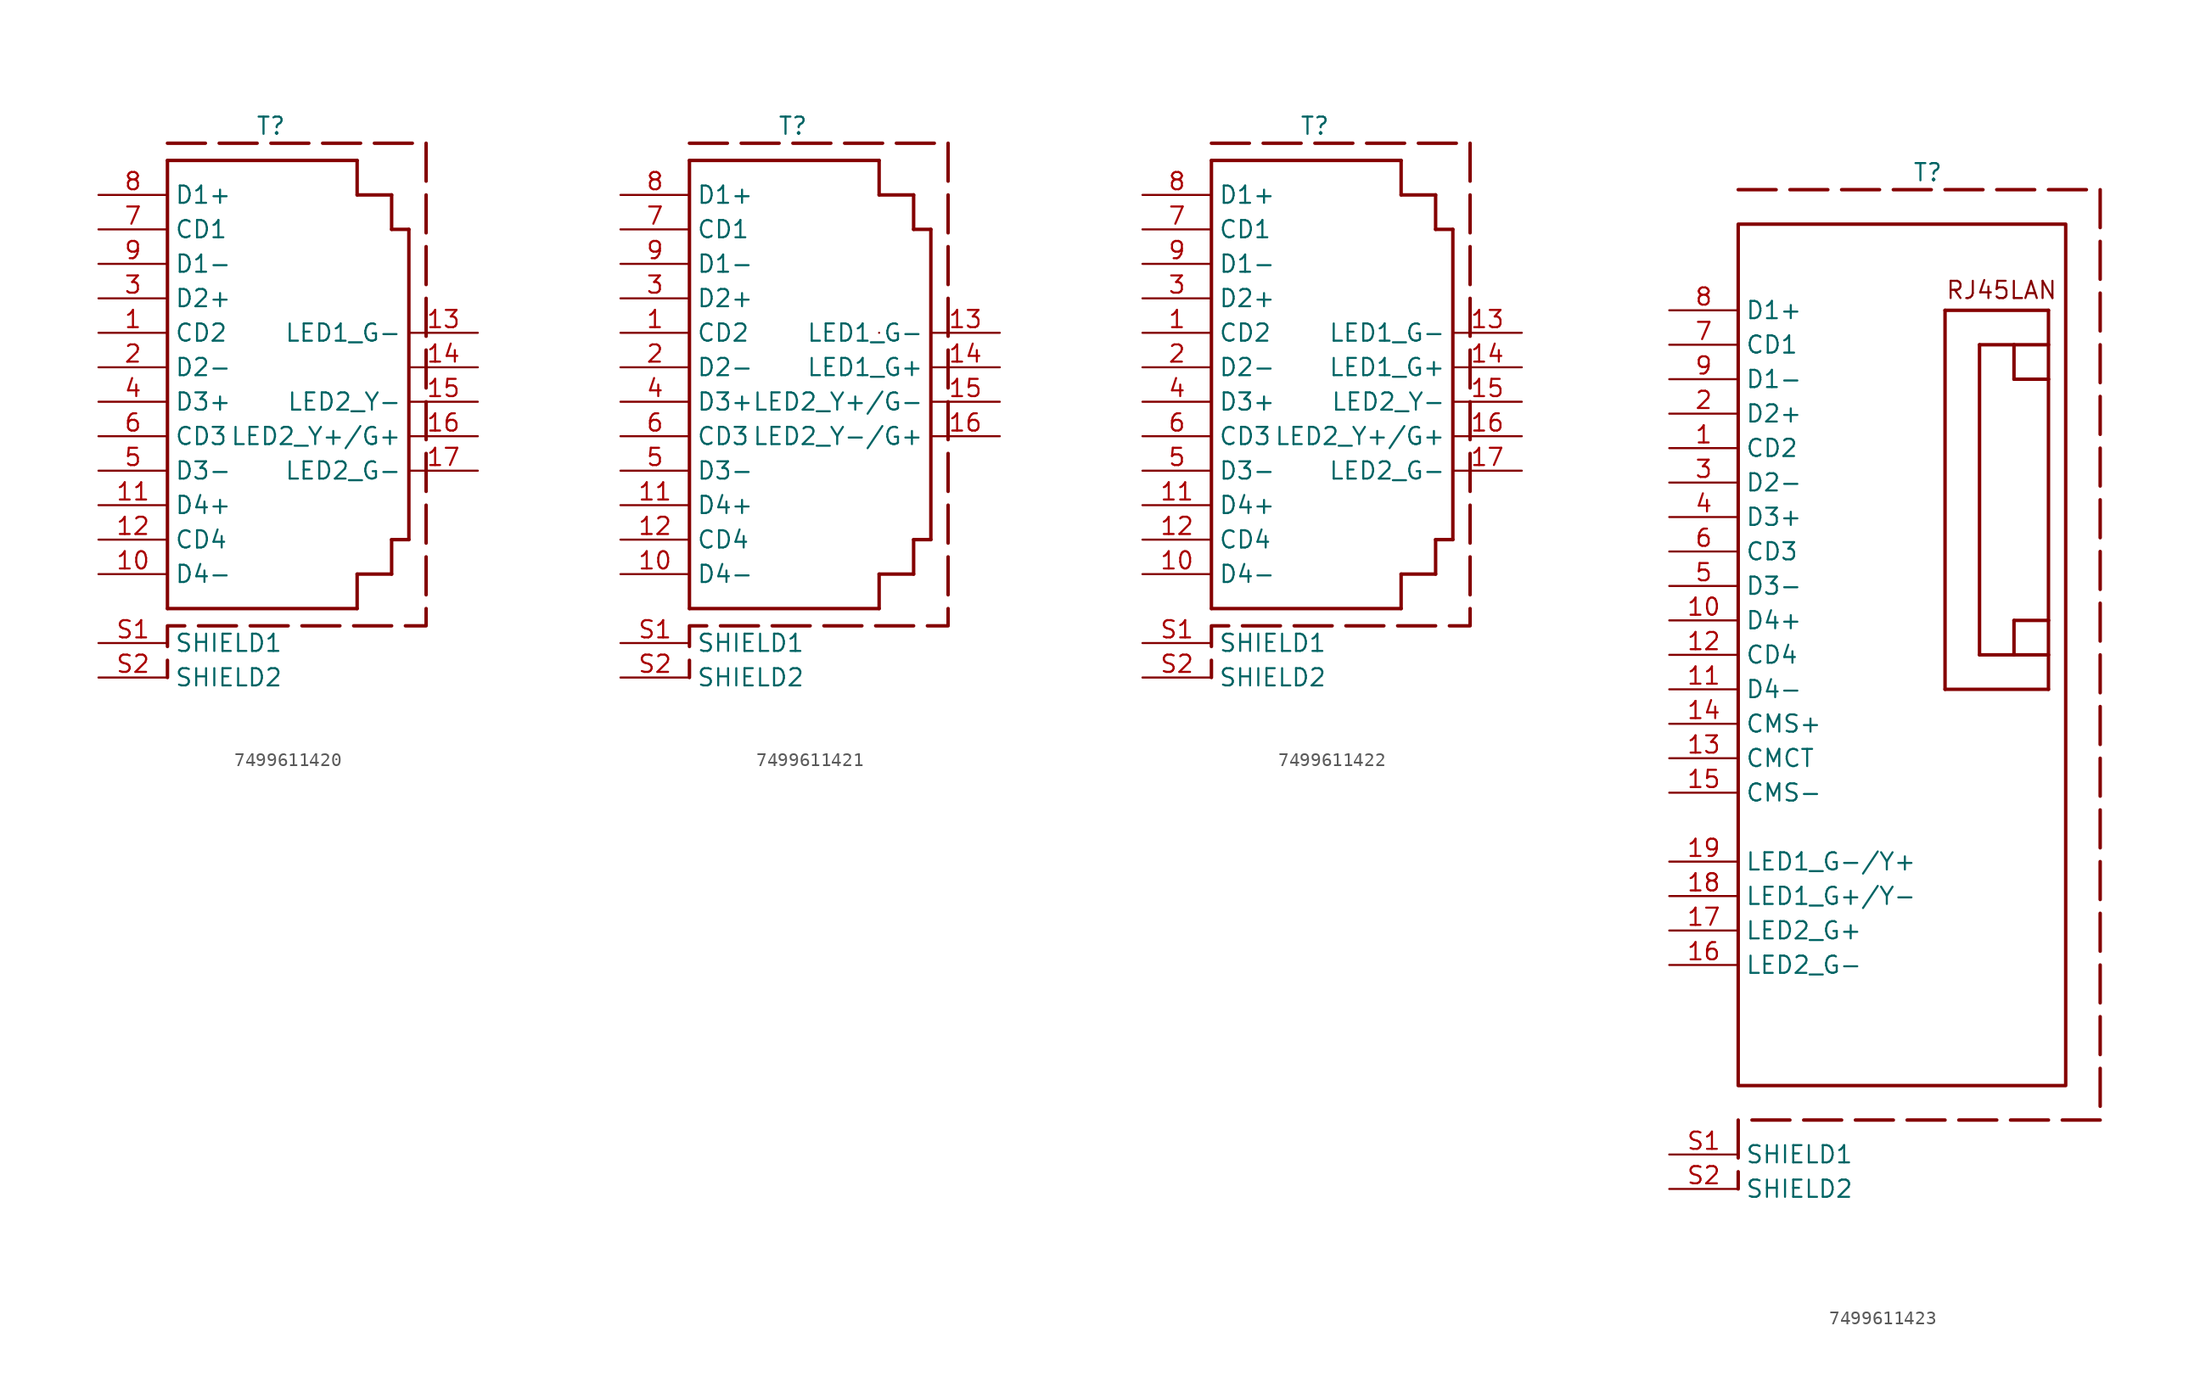
<source format=kicad_sym>
(kicad_symbol_lib
  (version 20220914)
  (generator kicad_symbol_editor)
  (symbol "7499611420"
    (property "Reference" "T"
      (at 0 20.32 0)
      (effects (font (size 1.27 1.27))))
    (property "Critical Parameter" ""
      (at 0 -5.08 0)
      (effects (font (size 1.27 1.27)) (justify left)))
    (symbol "7499611420_0_0"
      (polyline (pts (xy -7.62 -15.24) (xy -7.62 17.78)) (stroke (width 0.254) (type default)) (fill (type none)))
      (polyline (pts (xy -7.62 17.78) (xy 6.35 17.78)) (stroke (width 0.254) (type default)) (fill (type none)))
      (polyline (pts (xy 6.35 -15.24) (xy -7.62 -15.24)) (stroke (width 0.254) (type default)) (fill (type none)))
      (polyline (pts (xy 6.35 -15.24) (xy 6.35 -12.7)) (stroke (width 0.254) (type default)) (fill (type none)))
      (polyline (pts (xy 6.35 -12.7) (xy 8.89 -12.7)) (stroke (width 0.254) (type default)) (fill (type none)))
      (polyline (pts (xy 6.35 15.24) (xy 8.89 15.24)) (stroke (width 0.254) (type default)) (fill (type none)))
      (polyline (pts (xy 6.35 17.78) (xy 6.35 15.24)) (stroke (width 0.254) (type default)) (fill (type none)))
      (polyline (pts (xy 8.89 -12.7) (xy 8.89 -10.16)) (stroke (width 0.254) (type default)) (fill (type none)))
      (polyline (pts (xy 8.89 -10.16) (xy 10.16 -10.16)) (stroke (width 0.254) (type default)) (fill (type none)))
      (polyline (pts (xy 8.89 12.7) (xy 10.16 12.7)) (stroke (width 0.254) (type default)) (fill (type none)))
      (polyline (pts (xy 8.89 15.24) (xy 8.89 12.7)) (stroke (width 0.254) (type default)) (fill (type none)))
      (polyline (pts (xy 10.16 12.7) (xy 10.16 -10.16)) (stroke (width 0.254) (type default)) (fill (type none)))
      (pin bidirectional line (at -12.7 5.08 0) (length 5.08) (name "CD2" (effects (font (size 1.27 1.27)))) (number "1" (effects (font (size 1.27 1.27)))))
      (pin bidirectional line (at -12.7 -12.7 0) (length 5.08) (name "D4-" (effects (font (size 1.27 1.27)))) (number "10" (effects (font (size 1.27 1.27)))))
      (pin bidirectional line (at -12.7 -7.62 0) (length 5.08) (name "D4+" (effects (font (size 1.27 1.27)))) (number "11" (effects (font (size 1.27 1.27)))))
      (pin bidirectional line (at -12.7 -10.16 0) (length 5.08) (name "CD4" (effects (font (size 1.27 1.27)))) (number "12" (effects (font (size 1.27 1.27)))))
      (pin bidirectional line (at 15.24 2.54 180) (length 5.08) (name "~" (effects (font (size 1.27 1.27)))) (number "14" (effects (font (size 1.27 1.27)))))
      (pin bidirectional line (at -12.7 2.54 0) (length 5.08) (name "D2-" (effects (font (size 1.27 1.27)))) (number "2" (effects (font (size 1.27 1.27)))))
      (pin bidirectional line (at -12.7 7.62 0) (length 5.08) (name "D2+" (effects (font (size 1.27 1.27)))) (number "3" (effects (font (size 1.27 1.27)))))
      (pin bidirectional line (at -12.7 0 0) (length 5.08) (name "D3+" (effects (font (size 1.27 1.27)))) (number "4" (effects (font (size 1.27 1.27)))))
      (pin bidirectional line (at -12.7 -5.08 0) (length 5.08) (name "D3-" (effects (font (size 1.27 1.27)))) (number "5" (effects (font (size 1.27 1.27)))))
      (pin bidirectional line (at -12.7 -2.54 0) (length 5.08) (name "CD3" (effects (font (size 1.27 1.27)))) (number "6" (effects (font (size 1.27 1.27)))))
      (pin bidirectional line (at -12.7 12.7 0) (length 5.08) (name "CD1" (effects (font (size 1.27 1.27)))) (number "7" (effects (font (size 1.27 1.27)))))
      (pin bidirectional line (at -12.7 15.24 0) (length 5.08) (name "D1+" (effects (font (size 1.27 1.27)))) (number "8" (effects (font (size 1.27 1.27)))))
      (pin bidirectional line (at -12.7 10.16 0) (length 5.08) (name "D1-" (effects (font (size 1.27 1.27)))) (number "9" (effects (font (size 1.27 1.27)))))
      (pin power_in line (at -12.7 -17.78 0) (length 5.08) (name "SHIELD1" (effects (font (size 1.27 1.27)))) (number "S1" (effects (font (size 1.27 1.27)))))
      (pin power_in line (at -12.7 -20.32 0) (length 5.08) (name "SHIELD2" (effects (font (size 1.27 1.27)))) (number "S2" (effects (font (size 1.27 1.27))))))
    (symbol "7499611420_1_0"
      (pin bidirectional line (at 15.24 5.08 180) (length 5.08) (name "LED1_G-" (effects (font (size 1.27 1.27)))) (number "13" (effects (font (size 1.27 1.27)))))
      (pin bidirectional line (at 15.24 0 180) (length 5.08) (name "LED2_Y-" (effects (font (size 1.27 1.27)))) (number "15" (effects (font (size 1.27 1.27)))))
      (pin bidirectional line (at 15.24 -2.54 180) (length 5.08) (name "LED2_Y+/G+" (effects (font (size 1.27 1.27)))) (number "16" (effects (font (size 1.27 1.27)))))
      (pin bidirectional line (at 15.24 -5.08 180) (length 5.08) (name "LED2_G-" (effects (font (size 1.27 1.27)))) (number "17" (effects (font (size 1.27 1.27))))))
    (symbol "7499611420_1_1"
      (polyline (pts (xy -7.62 19.05) (xy 11.43 19.05) (xy 11.43 -16.51) (xy -7.62 -16.51) (xy -7.62 -20.32)) (stroke (width 0.254) (type dash)) (fill (type none)))))
  (symbol "7499611421"
    (property "Reference" "T"
      (at 0 20.32 0)
      (effects (font (size 1.27 1.27))))
    (property "Critical Parameter" ""
      (at 0 -5.08 0)
      (effects (font (size 1.27 1.27)) (justify left)))
    (symbol "7499611421_0_0"
      (polyline (pts (xy -7.62 -15.24) (xy -7.62 17.78)) (stroke (width 0.254) (type default)) (fill (type none)))
      (polyline (pts (xy -7.62 17.78) (xy 6.35 17.78)) (stroke (width 0.254) (type default)) (fill (type none)))
      (polyline (pts (xy 6.35 -15.24) (xy -7.62 -15.24)) (stroke (width 0.254) (type default)) (fill (type none)))
      (polyline (pts (xy 6.35 -15.24) (xy 6.35 -12.7)) (stroke (width 0.254) (type default)) (fill (type none)))
      (polyline (pts (xy 6.35 -12.7) (xy 8.89 -12.7)) (stroke (width 0.254) (type default)) (fill (type none)))
      (polyline (pts (xy 6.35 15.24) (xy 8.89 15.24)) (stroke (width 0.254) (type default)) (fill (type none)))
      (polyline (pts (xy 6.35 17.78) (xy 6.35 15.24)) (stroke (width 0.254) (type default)) (fill (type none)))
      (polyline (pts (xy 8.89 -12.7) (xy 8.89 -10.16)) (stroke (width 0.254) (type default)) (fill (type none)))
      (polyline (pts (xy 8.89 -10.16) (xy 10.16 -10.16)) (stroke (width 0.254) (type default)) (fill (type none)))
      (polyline (pts (xy 8.89 12.7) (xy 10.16 12.7)) (stroke (width 0.254) (type default)) (fill (type none)))
      (polyline (pts (xy 8.89 15.24) (xy 8.89 12.7)) (stroke (width 0.254) (type default)) (fill (type none)))
      (polyline (pts (xy 10.16 12.7) (xy 10.16 -10.16)) (stroke (width 0.254) (type default)) (fill (type none)))
      (pin bidirectional line (at -12.7 5.08 0) (length 5.08) (name "CD2" (effects (font (size 1.27 1.27)))) (number "1" (effects (font (size 1.27 1.27)))))
      (pin bidirectional line (at -12.7 -12.7 0) (length 5.08) (name "D4-" (effects (font (size 1.27 1.27)))) (number "10" (effects (font (size 1.27 1.27)))))
      (pin bidirectional line (at -12.7 -7.62 0) (length 5.08) (name "D4+" (effects (font (size 1.27 1.27)))) (number "11" (effects (font (size 1.27 1.27)))))
      (pin bidirectional line (at -12.7 -10.16 0) (length 5.08) (name "CD4" (effects (font (size 1.27 1.27)))) (number "12" (effects (font (size 1.27 1.27)))))
      (pin bidirectional line (at -12.7 2.54 0) (length 5.08) (name "D2-" (effects (font (size 1.27 1.27)))) (number "2" (effects (font (size 1.27 1.27)))))
      (pin bidirectional line (at -12.7 7.62 0) (length 5.08) (name "D2+" (effects (font (size 1.27 1.27)))) (number "3" (effects (font (size 1.27 1.27)))))
      (pin bidirectional line (at -12.7 0 0) (length 5.08) (name "D3+" (effects (font (size 1.27 1.27)))) (number "4" (effects (font (size 1.27 1.27)))))
      (pin bidirectional line (at -12.7 -5.08 0) (length 5.08) (name "D3-" (effects (font (size 1.27 1.27)))) (number "5" (effects (font (size 1.27 1.27)))))
      (pin bidirectional line (at -12.7 -2.54 0) (length 5.08) (name "CD3" (effects (font (size 1.27 1.27)))) (number "6" (effects (font (size 1.27 1.27)))))
      (pin bidirectional line (at -12.7 12.7 0) (length 5.08) (name "CD1" (effects (font (size 1.27 1.27)))) (number "7" (effects (font (size 1.27 1.27)))))
      (pin bidirectional line (at -12.7 15.24 0) (length 5.08) (name "D1+" (effects (font (size 1.27 1.27)))) (number "8" (effects (font (size 1.27 1.27)))))
      (pin bidirectional line (at -12.7 10.16 0) (length 5.08) (name "D1-" (effects (font (size 1.27 1.27)))) (number "9" (effects (font (size 1.27 1.27)))))
      (pin power_in line (at -12.7 -17.78 0) (length 5.08) (name "SHIELD1" (effects (font (size 1.27 1.27)))) (number "S1" (effects (font (size 1.27 1.27)))))
      (pin power_in line (at -12.7 -20.32 0) (length 5.08) (name "SHIELD2" (effects (font (size 1.27 1.27)))) (number "S2" (effects (font (size 1.27 1.27))))))
    (symbol "7499611421_1_0"
      (pin bidirectional line (at 15.24 5.08 180) (length 5.08) (name "LED1_G-" (effects (font (size 1.27 1.27)))) (number "13" (effects (font (size 1.27 1.27)))))
      (pin bidirectional line (at 15.24 2.54 180) (length 5.08) (name "LED1_G+" (effects (font (size 1.27 1.27)))) (number "14" (effects (font (size 1.27 1.27)))))
      (pin bidirectional line (at 15.24 0 180) (length 5.08) (name "LED2_Y+/G-" (effects (font (size 1.27 1.27)))) (number "15" (effects (font (size 1.27 1.27)))))
      (pin bidirectional line (at 15.24 -2.54 180) (length 5.08) (name "LED2_Y-/G+" (effects (font (size 1.27 1.27)))) (number "16" (effects (font (size 1.27 1.27))))))
    (symbol "7499611421_1_1"
      (polyline (pts (xy 6.35 5.08) (xy 6.35 5.08)) (stroke (width 0) (type default)) (fill (type none)))
      (polyline (pts (xy -7.62 19.05) (xy 11.43 19.05) (xy 11.43 -16.51) (xy -7.62 -16.51) (xy -7.62 -20.32)) (stroke (width 0.254) (type dash)) (fill (type none)))))
  (symbol "7499611422"
    (property "Reference" "T"
      (at 0 20.32 0)
      (effects (font (size 1.27 1.27))))
    (property "Critical Parameter" ""
      (at 0 -5.08 0)
      (effects (font (size 1.27 1.27)) (justify left)))
    (symbol "7499611422_0_0"
      (polyline (pts (xy -7.62 -15.24) (xy -7.62 17.78)) (stroke (width 0.254) (type default)) (fill (type none)))
      (polyline (pts (xy -7.62 17.78) (xy 6.35 17.78)) (stroke (width 0.254) (type default)) (fill (type none)))
      (polyline (pts (xy 6.35 -15.24) (xy -7.62 -15.24)) (stroke (width 0.254) (type default)) (fill (type none)))
      (polyline (pts (xy 6.35 -15.24) (xy 6.35 -12.7)) (stroke (width 0.254) (type default)) (fill (type none)))
      (polyline (pts (xy 6.35 -12.7) (xy 8.89 -12.7)) (stroke (width 0.254) (type default)) (fill (type none)))
      (polyline (pts (xy 6.35 15.24) (xy 8.89 15.24)) (stroke (width 0.254) (type default)) (fill (type none)))
      (polyline (pts (xy 6.35 17.78) (xy 6.35 15.24)) (stroke (width 0.254) (type default)) (fill (type none)))
      (polyline (pts (xy 8.89 -12.7) (xy 8.89 -10.16)) (stroke (width 0.254) (type default)) (fill (type none)))
      (polyline (pts (xy 8.89 -10.16) (xy 10.16 -10.16)) (stroke (width 0.254) (type default)) (fill (type none)))
      (polyline (pts (xy 8.89 12.7) (xy 10.16 12.7)) (stroke (width 0.254) (type default)) (fill (type none)))
      (polyline (pts (xy 8.89 15.24) (xy 8.89 12.7)) (stroke (width 0.254) (type default)) (fill (type none)))
      (polyline (pts (xy 10.16 12.7) (xy 10.16 -10.16)) (stroke (width 0.254) (type default)) (fill (type none)))
      (pin bidirectional line (at -12.7 5.08 0) (length 5.08) (name "CD2" (effects (font (size 1.27 1.27)))) (number "1" (effects (font (size 1.27 1.27)))))
      (pin bidirectional line (at -12.7 -12.7 0) (length 5.08) (name "D4-" (effects (font (size 1.27 1.27)))) (number "10" (effects (font (size 1.27 1.27)))))
      (pin bidirectional line (at -12.7 -7.62 0) (length 5.08) (name "D4+" (effects (font (size 1.27 1.27)))) (number "11" (effects (font (size 1.27 1.27)))))
      (pin bidirectional line (at -12.7 -10.16 0) (length 5.08) (name "CD4" (effects (font (size 1.27 1.27)))) (number "12" (effects (font (size 1.27 1.27)))))
      (pin bidirectional line (at -12.7 2.54 0) (length 5.08) (name "D2-" (effects (font (size 1.27 1.27)))) (number "2" (effects (font (size 1.27 1.27)))))
      (pin bidirectional line (at -12.7 7.62 0) (length 5.08) (name "D2+" (effects (font (size 1.27 1.27)))) (number "3" (effects (font (size 1.27 1.27)))))
      (pin bidirectional line (at -12.7 0 0) (length 5.08) (name "D3+" (effects (font (size 1.27 1.27)))) (number "4" (effects (font (size 1.27 1.27)))))
      (pin bidirectional line (at -12.7 -5.08 0) (length 5.08) (name "D3-" (effects (font (size 1.27 1.27)))) (number "5" (effects (font (size 1.27 1.27)))))
      (pin bidirectional line (at -12.7 -2.54 0) (length 5.08) (name "CD3" (effects (font (size 1.27 1.27)))) (number "6" (effects (font (size 1.27 1.27)))))
      (pin bidirectional line (at -12.7 12.7 0) (length 5.08) (name "CD1" (effects (font (size 1.27 1.27)))) (number "7" (effects (font (size 1.27 1.27)))))
      (pin bidirectional line (at -12.7 15.24 0) (length 5.08) (name "D1+" (effects (font (size 1.27 1.27)))) (number "8" (effects (font (size 1.27 1.27)))))
      (pin bidirectional line (at -12.7 10.16 0) (length 5.08) (name "D1-" (effects (font (size 1.27 1.27)))) (number "9" (effects (font (size 1.27 1.27)))))
      (pin power_in line (at -12.7 -17.78 0) (length 5.08) (name "SHIELD1" (effects (font (size 1.27 1.27)))) (number "S1" (effects (font (size 1.27 1.27)))))
      (pin power_in line (at -12.7 -20.32 0) (length 5.08) (name "SHIELD2" (effects (font (size 1.27 1.27)))) (number "S2" (effects (font (size 1.27 1.27))))))
    (symbol "7499611422_1_0"
      (pin bidirectional line (at 15.24 5.08 180) (length 5.08) (name "LED1_G-" (effects (font (size 1.27 1.27)))) (number "13" (effects (font (size 1.27 1.27)))))
      (pin bidirectional line (at 15.24 2.54 180) (length 5.08) (name "LED1_G+" (effects (font (size 1.27 1.27)))) (number "14" (effects (font (size 1.27 1.27)))))
      (pin bidirectional line (at 15.24 0 180) (length 5.08) (name "LED2_Y-" (effects (font (size 1.27 1.27)))) (number "15" (effects (font (size 1.27 1.27)))))
      (pin bidirectional line (at 15.24 -2.54 180) (length 5.08) (name "LED2_Y+/G+" (effects (font (size 1.27 1.27)))) (number "16" (effects (font (size 1.27 1.27)))))
      (pin bidirectional line (at 15.24 -5.08 180) (length 5.08) (name "LED2_G-" (effects (font (size 1.27 1.27)))) (number "17" (effects (font (size 1.27 1.27))))))
    (symbol "7499611422_1_1"
      (polyline (pts (xy -7.62 19.05) (xy 11.43 19.05) (xy 11.43 -16.51) (xy -7.62 -16.51) (xy -7.62 -20.32)) (stroke (width 0.254) (type dash)) (fill (type none)))))
  (symbol "7499611423"
    (property "Reference" "T"
      (at 0 35.56 0)
      (effects (font (size 1.27 1.27))))
    (property "Critical Parameter" ""
      (at 0 -5.08 0)
      (effects (font (size 1.27 1.27)) (justify left)))
    (symbol "7499611423_0_0"
      (polyline (pts (xy 1.27 -2.54) (xy 1.27 25.4)) (stroke (width 0.254) (type default)) (fill (type none)))
      (polyline (pts (xy 1.27 25.4) (xy 8.89 25.4)) (stroke (width 0.254) (type default)) (fill (type none)))
      (polyline (pts (xy 3.81 0) (xy 6.35 0)) (stroke (width 0.254) (type default)) (fill (type none)))
      (polyline (pts (xy 3.81 22.86) (xy 3.81 0)) (stroke (width 0.254) (type default)) (fill (type none)))
      (polyline (pts (xy 6.35 0) (xy 6.35 2.54)) (stroke (width 0.254) (type default)) (fill (type none)))
      (polyline (pts (xy 6.35 0) (xy 8.89 0)) (stroke (width 0.254) (type default)) (fill (type none)))
      (polyline (pts (xy 6.35 2.54) (xy 8.89 2.54)) (stroke (width 0.254) (type default)) (fill (type none)))
      (polyline (pts (xy 6.35 20.32) (xy 8.89 20.32)) (stroke (width 0.254) (type default)) (fill (type none)))
      (polyline (pts (xy 6.35 22.86) (xy 3.81 22.86)) (stroke (width 0.254) (type default)) (fill (type none)))
      (polyline (pts (xy 6.35 22.86) (xy 6.35 20.32)) (stroke (width 0.254) (type default)) (fill (type none)))
      (polyline (pts (xy 8.89 -2.54) (xy 1.27 -2.54)) (stroke (width 0.254) (type default)) (fill (type none)))
      (polyline (pts (xy 8.89 0) (xy 8.89 -2.54)) (stroke (width 0.254) (type default)) (fill (type none)))
      (polyline (pts (xy 8.89 2.54) (xy 8.89 0)) (stroke (width 0.254) (type default)) (fill (type none)))
      (polyline (pts (xy 8.89 20.32) (xy 8.89 2.54)) (stroke (width 0.254) (type default)) (fill (type none)))
      (polyline (pts (xy 8.89 22.86) (xy 6.35 22.86)) (stroke (width 0.254) (type default)) (fill (type none)))
      (polyline (pts (xy 8.89 22.86) (xy 8.89 20.32)) (stroke (width 0.254) (type default)) (fill (type none)))
      (polyline (pts (xy 8.89 25.4) (xy 8.89 22.86)) (stroke (width 0.254) (type default)) (fill (type none)))
      (text "RJ45LAN" (at 1.28 26.14 0) (effects (font (size 1.27 1.27)) (justify left bottom)))
      (pin bidirectional line (at -19.05 -7.62 0) (length 5.08) (name "CMCT" (effects (font (size 1.27 1.27)))) (number "13" (effects (font (size 1.27 1.27)))))
      (pin bidirectional line (at -19.05 -5.08 0) (length 5.08) (name "CMS+" (effects (font (size 1.27 1.27)))) (number "14" (effects (font (size 1.27 1.27)))))
      (pin bidirectional line (at -19.05 -10.16 0) (length 5.08) (name "CMS-" (effects (font (size 1.27 1.27)))) (number "15" (effects (font (size 1.27 1.27)))))
      (pin bidirectional line (at -19.05 -22.86 0) (length 5.08) (name "LED2_G-" (effects (font (size 1.27 1.27)))) (number "16" (effects (font (size 1.27 1.27)))))
      (pin bidirectional line (at -19.05 -20.32 0) (length 5.08) (name "LED2_G+" (effects (font (size 1.27 1.27)))) (number "17" (effects (font (size 1.27 1.27)))))
      (pin bidirectional line (at -19.05 -17.78 0) (length 5.08) (name "LED1_G+/Y-" (effects (font (size 1.27 1.27)))) (number "18" (effects (font (size 1.27 1.27)))))
      (pin bidirectional line (at -19.05 -15.24 0) (length 5.08) (name "LED1_G-/Y+" (effects (font (size 1.27 1.27)))) (number "19" (effects (font (size 1.27 1.27)))))
      (pin power_in line (at -19.05 -36.83 0) (length 5.08) (name "SHIELD1" (effects (font (size 1.27 1.27)))) (number "S1" (effects (font (size 1.27 1.27)))))
      (pin power_in line (at -19.05 -39.37 0) (length 5.08) (name "SHIELD2" (effects (font (size 1.27 1.27)))) (number "S2" (effects (font (size 1.27 1.27))))))
    (symbol "7499611423_1_0"
      (rectangle (start -13.97 31.75) (end 10.16 -31.75) (stroke (width 0.254) (type default)) (fill (type none)))
      (polyline (pts (xy -13.97 34.29) (xy 12.7 34.29) (xy 12.7 -34.29) (xy -13.97 -34.29) (xy -13.97 -39.37)) (stroke (width 0.254) (type dash)) (fill (type none)))
      (pin bidirectional line (at -19.05 15.24 0) (length 5.08) (name "CD2" (effects (font (size 1.27 1.27)))) (number "1" (effects (font (size 1.27 1.27)))))
      (pin bidirectional line (at -19.05 2.54 0) (length 5.08) (name "D4+" (effects (font (size 1.27 1.27)))) (number "10" (effects (font (size 1.27 1.27)))))
      (pin bidirectional line (at -19.05 -2.54 0) (length 5.08) (name "D4-" (effects (font (size 1.27 1.27)))) (number "11" (effects (font (size 1.27 1.27)))))
      (pin bidirectional line (at -19.05 0 0) (length 5.08) (name "CD4" (effects (font (size 1.27 1.27)))) (number "12" (effects (font (size 1.27 1.27)))))
      (pin bidirectional line (at -19.05 17.78 0) (length 5.08) (name "D2+" (effects (font (size 1.27 1.27)))) (number "2" (effects (font (size 1.27 1.27)))))
      (pin bidirectional line (at -19.05 12.7 0) (length 5.08) (name "D2-" (effects (font (size 1.27 1.27)))) (number "3" (effects (font (size 1.27 1.27)))))
      (pin bidirectional line (at -19.05 10.16 0) (length 5.08) (name "D3+" (effects (font (size 1.27 1.27)))) (number "4" (effects (font (size 1.27 1.27)))))
      (pin bidirectional line (at -19.05 5.08 0) (length 5.08) (name "D3-" (effects (font (size 1.27 1.27)))) (number "5" (effects (font (size 1.27 1.27)))))
      (pin bidirectional line (at -19.05 7.62 0) (length 5.08) (name "CD3" (effects (font (size 1.27 1.27)))) (number "6" (effects (font (size 1.27 1.27)))))
      (pin bidirectional line (at -19.05 22.86 0) (length 5.08) (name "CD1" (effects (font (size 1.27 1.27)))) (number "7" (effects (font (size 1.27 1.27)))))
      (pin bidirectional line (at -19.05 25.4 0) (length 5.08) (name "D1+" (effects (font (size 1.27 1.27)))) (number "8" (effects (font (size 1.27 1.27)))))
      (pin bidirectional line (at -19.05 20.32 0) (length 5.08) (name "D1-" (effects (font (size 1.27 1.27)))) (number "9" (effects (font (size 1.27 1.27))))))))
</source>
